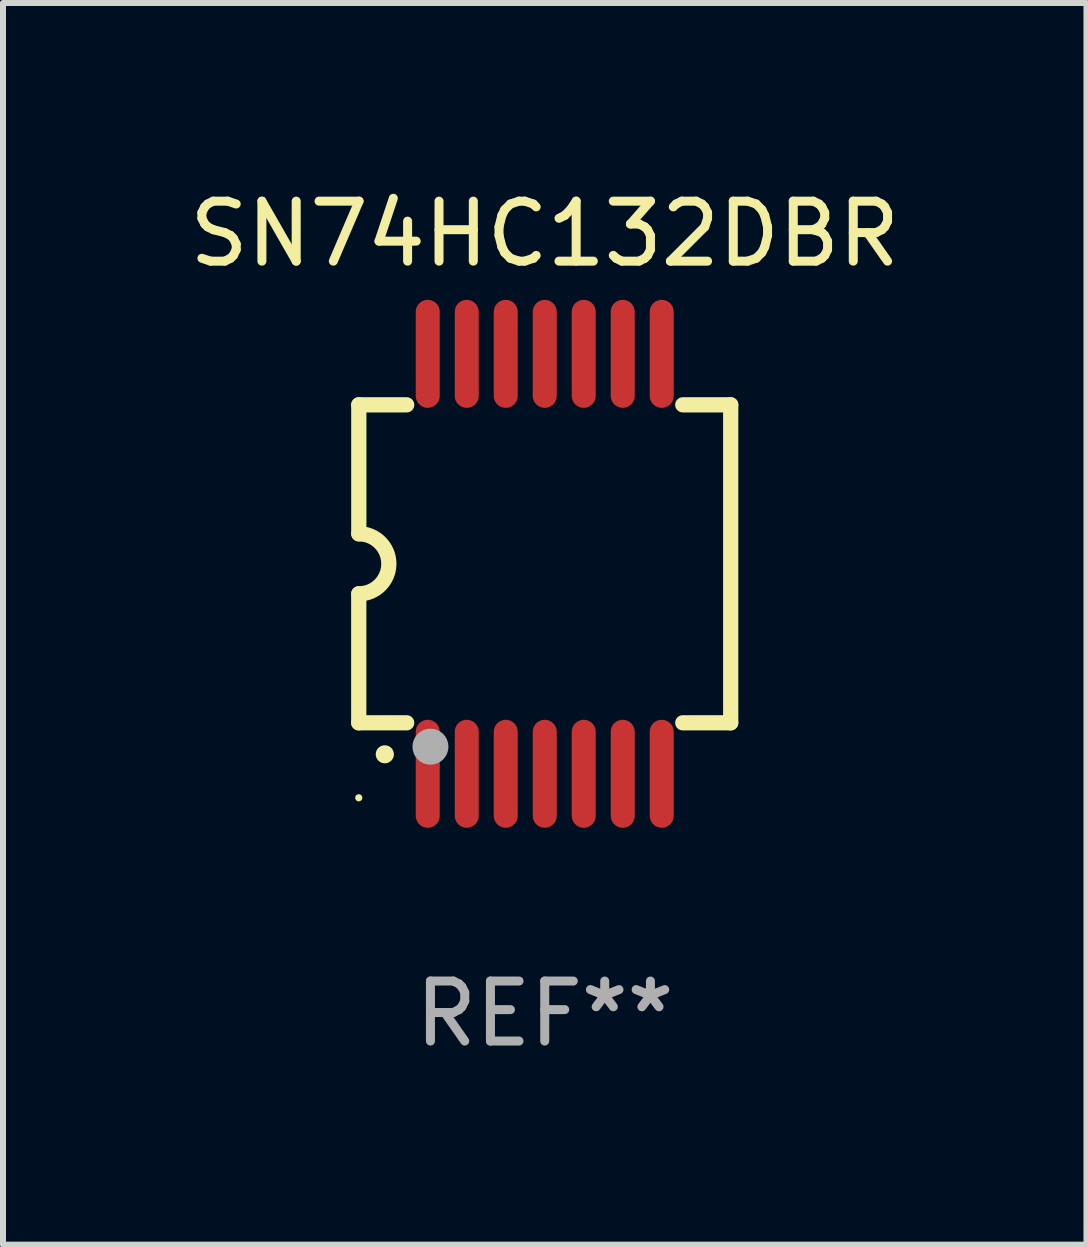
<source format=kicad_pcb>
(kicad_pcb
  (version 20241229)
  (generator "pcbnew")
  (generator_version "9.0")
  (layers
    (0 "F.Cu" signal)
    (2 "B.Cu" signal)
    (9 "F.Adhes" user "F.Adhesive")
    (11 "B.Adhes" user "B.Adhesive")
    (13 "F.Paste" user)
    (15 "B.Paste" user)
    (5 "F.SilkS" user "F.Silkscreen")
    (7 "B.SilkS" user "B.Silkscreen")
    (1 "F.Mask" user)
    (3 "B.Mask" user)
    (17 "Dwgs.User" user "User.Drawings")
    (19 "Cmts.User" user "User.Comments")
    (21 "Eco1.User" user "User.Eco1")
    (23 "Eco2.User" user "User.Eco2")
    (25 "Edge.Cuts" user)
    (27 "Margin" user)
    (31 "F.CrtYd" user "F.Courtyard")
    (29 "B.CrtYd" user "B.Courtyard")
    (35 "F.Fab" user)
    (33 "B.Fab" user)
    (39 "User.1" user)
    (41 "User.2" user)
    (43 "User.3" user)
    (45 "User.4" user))
  (footprint "SN74HC132DBR"
    (layer "F.Cu")
    (at 6.03 6.348)
    (property "Reference" "SN74HC132DBR" (at 0 -5.5 0) (layer "F.SilkS") (effects (font (size 1 1) (thickness 0.15))))
    (attr through_hole)
    (fp_line (start -3.1 2.65) (end -3.1 0.5) (stroke (width 0.254) (type solid)) (layer "F.SilkS"))
    (fp_line (start -3.099 -2.65) (end -2.301 -2.65) (stroke (width 0.254) (type solid)) (layer "F.SilkS"))
    (fp_line (start -3.099 -0.5) (end -3.099 -2.65) (stroke (width 0.254) (type solid)) (layer "F.SilkS"))
    (fp_line (start -2.301 2.65) (end -3.1 2.65) (stroke (width 0.254) (type solid)) (layer "F.SilkS"))
    (fp_line (start 2.301 -2.65) (end 3.1 -2.65) (stroke (width 0.254) (type solid)) (layer "F.SilkS"))
    (fp_line (start 3.1 -2.65) (end 3.1 2.65) (stroke (width 0.254) (type solid)) (layer "F.SilkS"))
    (fp_line (start 3.1 2.65) (end 2.301 2.65) (stroke (width 0.254) (type solid)) (layer "F.SilkS"))
    (fp_arc (start -3.098806 -0.500381) (mid -2.598806 0) (end -3.098806 0.500381) (stroke (width 0.254001) (type solid)) (layer "F.SilkS"))
    (fp_arc (start -2.667005 3.175006) (mid -2.665735 3.175001) (end -2.664465 3.175006) (stroke (width 0.3) (type solid)) (layer "F.SilkS"))
    (fp_circle (center -3.1 3.9) (end -3.07 3.9) (stroke (width 0.06) (type solid)) (fill no) (layer "F.SilkS"))
    (fp_circle (center -1.905 3.048) (end -1.755 3.048) (stroke (width 0.3) (type solid)) (fill no) (layer "F.Fab"))
    (fp_text user "REF**" (at 0 7.5 0) (layer "F.Fab") (effects (font (size 1 1) (thickness 0.15))))
    (pad "1" smd oval (at -1.95 3.5 270) (size 1.8 0.4) (layers "F.Cu" "F.Mask" "F.Paste"))
    (pad "2" smd oval (at -1.3 3.5 270) (size 1.8 0.4) (layers "F.Cu" "F.Mask" "F.Paste"))
    (pad "3" smd oval (at -0.65 3.5 270) (size 1.8 0.4) (layers "F.Cu" "F.Mask" "F.Paste"))
    (pad "4" smd oval (at 0 3.5 270) (size 1.8 0.4) (layers "F.Cu" "F.Mask" "F.Paste"))
    (pad "5" smd oval (at 0.65 3.5 270) (size 1.8 0.4) (layers "F.Cu" "F.Mask" "F.Paste"))
    (pad "6" smd oval (at 1.3 3.5 270) (size 1.8 0.4) (layers "F.Cu" "F.Mask" "F.Paste"))
    (pad "7" smd oval (at 1.95 3.5 270) (size 1.8 0.4) (layers "F.Cu" "F.Mask" "F.Paste"))
    (pad "8" smd oval (at 1.95 -3.5 90) (size 1.8 0.4) (layers "F.Cu" "F.Mask" "F.Paste"))
    (pad "9" smd oval (at 1.3 -3.5 90) (size 1.8 0.4) (layers "F.Cu" "F.Mask" "F.Paste"))
    (pad "10" smd oval (at 0.65 -3.5 90) (size 1.8 0.4) (layers "F.Cu" "F.Mask" "F.Paste"))
    (pad "11" smd oval (at 0 -3.5 90) (size 1.8 0.4) (layers "F.Cu" "F.Mask" "F.Paste"))
    (pad "12" smd oval (at -0.65 -3.5 90) (size 1.8 0.4) (layers "F.Cu" "F.Mask" "F.Paste"))
    (pad "13" smd oval (at -1.3 -3.5 90) (size 1.8 0.4) (layers "F.Cu" "F.Mask" "F.Paste"))
    (pad "14" smd oval (at -1.95 -3.5 90) (size 1.8 0.4) (layers "F.Cu" "F.Mask" "F.Paste")))
  (gr_rect
    (start -3 -3)
    (end 15.06 17.697)
    (stroke (width 0.1) (type default))
    (fill no)
    (layer "Edge.Cuts")))
</source>
